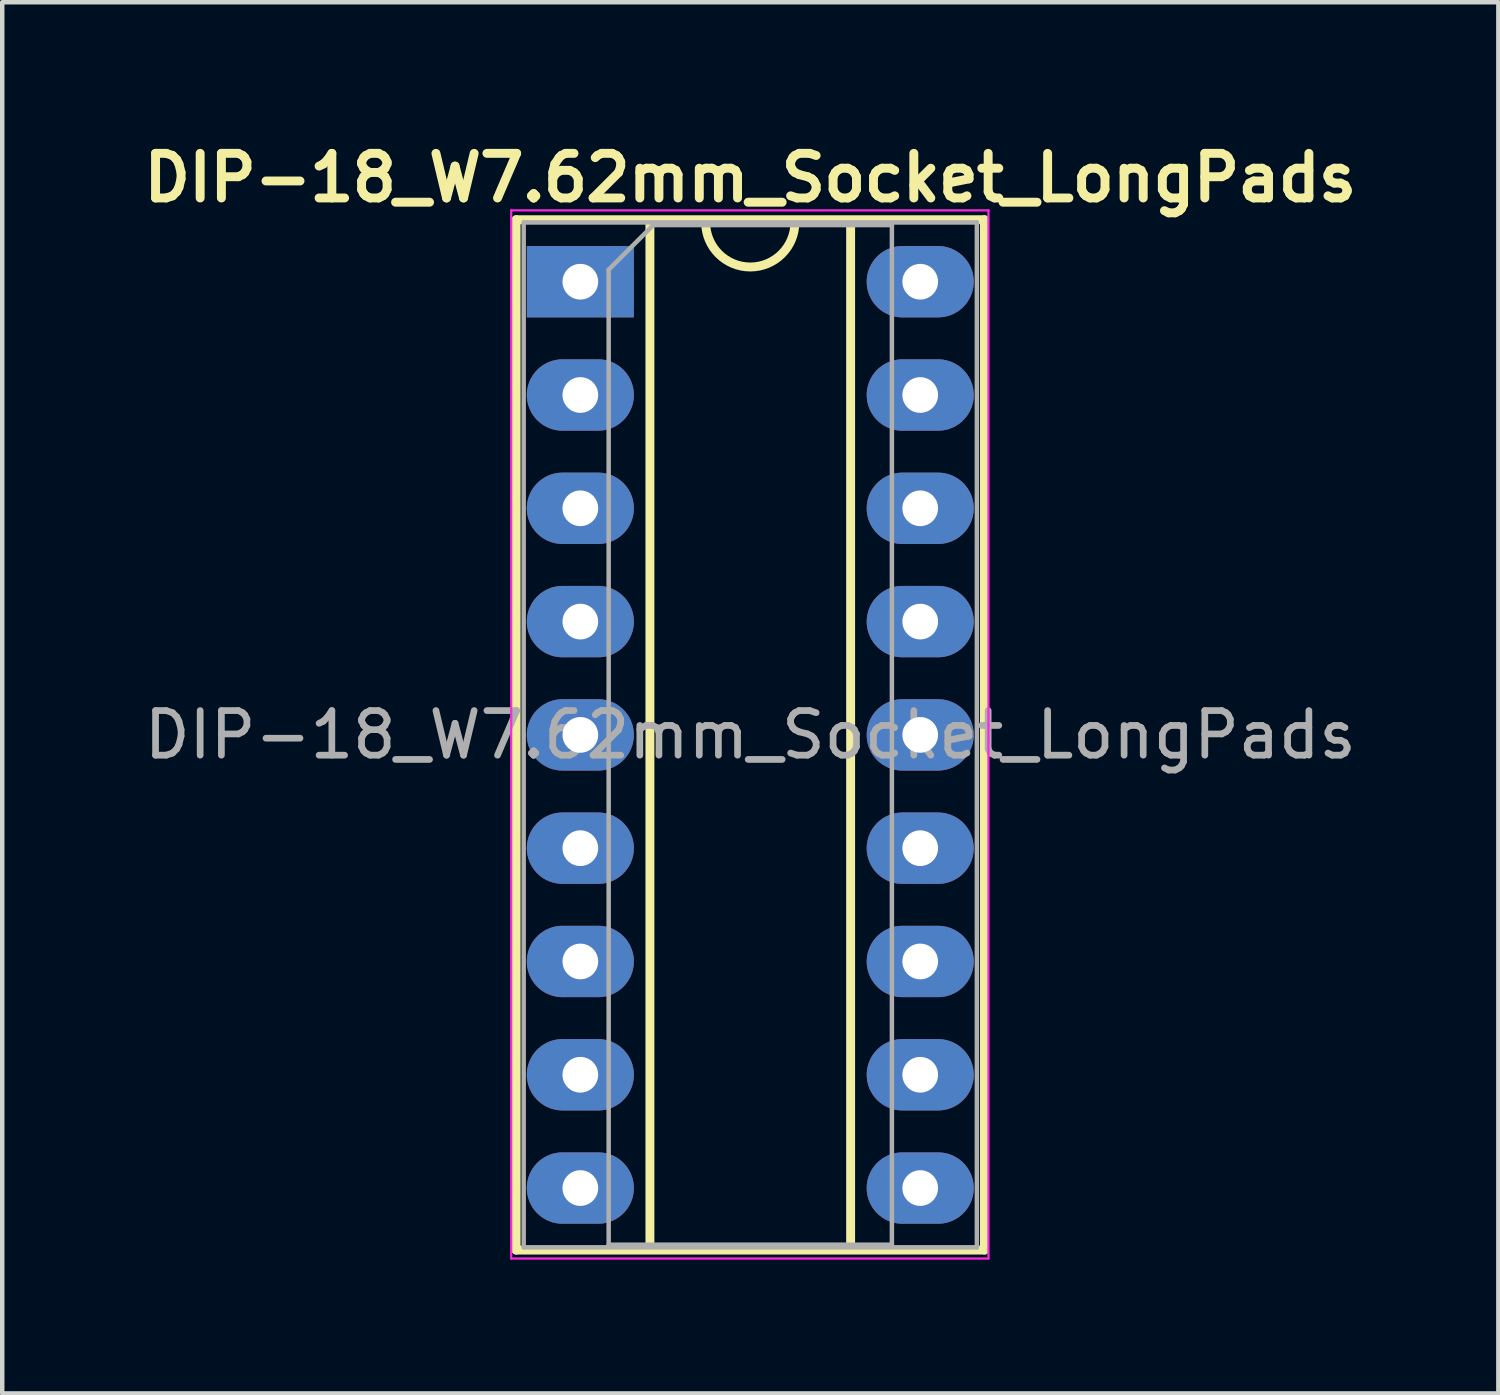
<source format=kicad_pcb>
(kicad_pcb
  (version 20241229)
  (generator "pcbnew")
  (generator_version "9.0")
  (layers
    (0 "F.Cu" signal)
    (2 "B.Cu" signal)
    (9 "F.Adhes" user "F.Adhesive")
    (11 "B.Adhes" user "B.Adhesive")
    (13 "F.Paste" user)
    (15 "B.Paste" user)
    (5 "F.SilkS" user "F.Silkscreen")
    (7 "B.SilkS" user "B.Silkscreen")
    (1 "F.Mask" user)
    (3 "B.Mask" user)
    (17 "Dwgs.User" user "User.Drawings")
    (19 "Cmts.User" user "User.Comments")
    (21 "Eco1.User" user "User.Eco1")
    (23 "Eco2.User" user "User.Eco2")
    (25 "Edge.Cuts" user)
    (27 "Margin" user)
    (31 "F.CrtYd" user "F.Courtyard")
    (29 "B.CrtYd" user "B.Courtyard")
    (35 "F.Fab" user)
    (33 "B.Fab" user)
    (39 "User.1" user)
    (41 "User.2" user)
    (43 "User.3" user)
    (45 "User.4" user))
  (footprint "DIP-18_W7.62mm_Socket_LongPads"
    (layer "F.Cu")
    (at 9.961 3.266)
    (property "Reference" "DIP-18_W7.62mm_Socket_LongPads" (at 3.81 -2.33 0) (layer "F.SilkS") (effects (font (size 1 1) (thickness 0.2))))
    (attr through_hole)
    (fp_line (start -1.44 -1.39) (end -1.44 21.71) (stroke (width 0.2) (type solid)) (layer "F.SilkS"))
    (fp_line (start -1.44 21.71) (end 9.06 21.71) (stroke (width 0.2) (type solid)) (layer "F.SilkS"))
    (fp_line (start 1.56 -1.33) (end 1.56 21.65) (stroke (width 0.2) (type solid)) (layer "F.SilkS"))
    (fp_line (start 1.56 21.65) (end 6.06 21.65) (stroke (width 0.2) (type solid)) (layer "F.SilkS"))
    (fp_line (start 2.81 -1.33) (end 1.56 -1.33) (stroke (width 0.2) (type solid)) (layer "F.SilkS"))
    (fp_line (start 6.06 -1.33) (end 4.81 -1.33) (stroke (width 0.2) (type solid)) (layer "F.SilkS"))
    (fp_line (start 6.06 21.65) (end 6.06 -1.33) (stroke (width 0.2) (type solid)) (layer "F.SilkS"))
    (fp_line (start 9.06 -1.39) (end -1.44 -1.39) (stroke (width 0.2) (type solid)) (layer "F.SilkS"))
    (fp_line (start 9.06 21.71) (end 9.06 -1.39) (stroke (width 0.2) (type solid)) (layer "F.SilkS"))
    (fp_arc (start 4.81 -1.33) (mid 3.81 -0.33) (end 2.81 -1.33) (stroke (width 0.2) (type solid)) (layer "F.SilkS"))
    (fp_line (start -1.55 -1.6) (end -1.55 21.9) (stroke (width 0.05) (type solid)) (layer "F.CrtYd"))
    (fp_line (start -1.55 21.9) (end 9.15 21.9) (stroke (width 0.05) (type solid)) (layer "F.CrtYd"))
    (fp_line (start 9.15 -1.6) (end -1.55 -1.6) (stroke (width 0.05) (type solid)) (layer "F.CrtYd"))
    (fp_line (start 9.15 21.9) (end 9.15 -1.6) (stroke (width 0.05) (type solid)) (layer "F.CrtYd"))
    (fp_line (start -1.27 -1.33) (end -1.27 21.65) (stroke (width 0.1) (type solid)) (layer "F.Fab"))
    (fp_line (start -1.27 21.65) (end 8.89 21.65) (stroke (width 0.1) (type solid)) (layer "F.Fab"))
    (fp_line (start 0.635 -0.27) (end 1.635 -1.27) (stroke (width 0.1) (type solid)) (layer "F.Fab"))
    (fp_line (start 0.635 21.59) (end 0.635 -0.27) (stroke (width 0.1) (type solid)) (layer "F.Fab"))
    (fp_line (start 1.635 -1.27) (end 6.985 -1.27) (stroke (width 0.1) (type solid)) (layer "F.Fab"))
    (fp_line (start 6.985 -1.27) (end 6.985 21.59) (stroke (width 0.1) (type solid)) (layer "F.Fab"))
    (fp_line (start 6.985 21.59) (end 0.635 21.59) (stroke (width 0.1) (type solid)) (layer "F.Fab"))
    (fp_line (start 8.89 -1.33) (end -1.27 -1.33) (stroke (width 0.1) (type solid)) (layer "F.Fab"))
    (fp_line (start 8.89 21.65) (end 8.89 -1.33) (stroke (width 0.1) (type solid)) (layer "F.Fab"))
    (fp_text user "${REFERENCE}" (at 3.81 10.16 0) (layer "F.Fab") (effects (font (size 1 1) (thickness 0.15))))
    (pad "1" thru_hole rect (at 0 0) (size 2.4 1.6) (drill 0.8) (layers "*.Cu" "*.Mask"))
    (pad "2" thru_hole oval (at 0 2.54) (size 2.4 1.6) (drill 0.8) (layers "*.Cu" "*.Mask"))
    (pad "3" thru_hole oval (at 0 5.08) (size 2.4 1.6) (drill 0.8) (layers "*.Cu" "*.Mask"))
    (pad "4" thru_hole oval (at 0 7.62) (size 2.4 1.6) (drill 0.8) (layers "*.Cu" "*.Mask"))
    (pad "5" thru_hole oval (at 0 10.16) (size 2.4 1.6) (drill 0.8) (layers "*.Cu" "*.Mask"))
    (pad "6" thru_hole oval (at 0 12.7) (size 2.4 1.6) (drill 0.8) (layers "*.Cu" "*.Mask"))
    (pad "7" thru_hole oval (at 0 15.24) (size 2.4 1.6) (drill 0.8) (layers "*.Cu" "*.Mask"))
    (pad "8" thru_hole oval (at 0 17.78) (size 2.4 1.6) (drill 0.8) (layers "*.Cu" "*.Mask"))
    (pad "9" thru_hole oval (at 0 20.32) (size 2.4 1.6) (drill 0.8) (layers "*.Cu" "*.Mask"))
    (pad "10" thru_hole oval (at 7.62 20.32) (size 2.4 1.6) (drill 0.8) (layers "*.Cu" "*.Mask"))
    (pad "11" thru_hole oval (at 7.62 17.78) (size 2.4 1.6) (drill 0.8) (layers "*.Cu" "*.Mask"))
    (pad "12" thru_hole oval (at 7.62 15.24) (size 2.4 1.6) (drill 0.8) (layers "*.Cu" "*.Mask"))
    (pad "13" thru_hole oval (at 7.62 12.7) (size 2.4 1.6) (drill 0.8) (layers "*.Cu" "*.Mask"))
    (pad "14" thru_hole oval (at 7.62 10.16) (size 2.4 1.6) (drill 0.8) (layers "*.Cu" "*.Mask"))
    (pad "15" thru_hole oval (at 7.62 7.62) (size 2.4 1.6) (drill 0.8) (layers "*.Cu" "*.Mask"))
    (pad "16" thru_hole oval (at 7.62 5.08) (size 2.4 1.6) (drill 0.8) (layers "*.Cu" "*.Mask"))
    (pad "17" thru_hole oval (at 7.62 2.54) (size 2.4 1.6) (drill 0.8) (layers "*.Cu" "*.Mask"))
    (pad "18" thru_hole oval (at 7.62 0) (size 2.4 1.6) (drill 0.8) (layers "*.Cu" "*.Mask")))
  (gr_rect
    (start -3 -3)
    (end 30.543 28.191)
    (stroke (width 0.1) (type default))
    (fill no)
    (layer "Edge.Cuts")))
</source>
